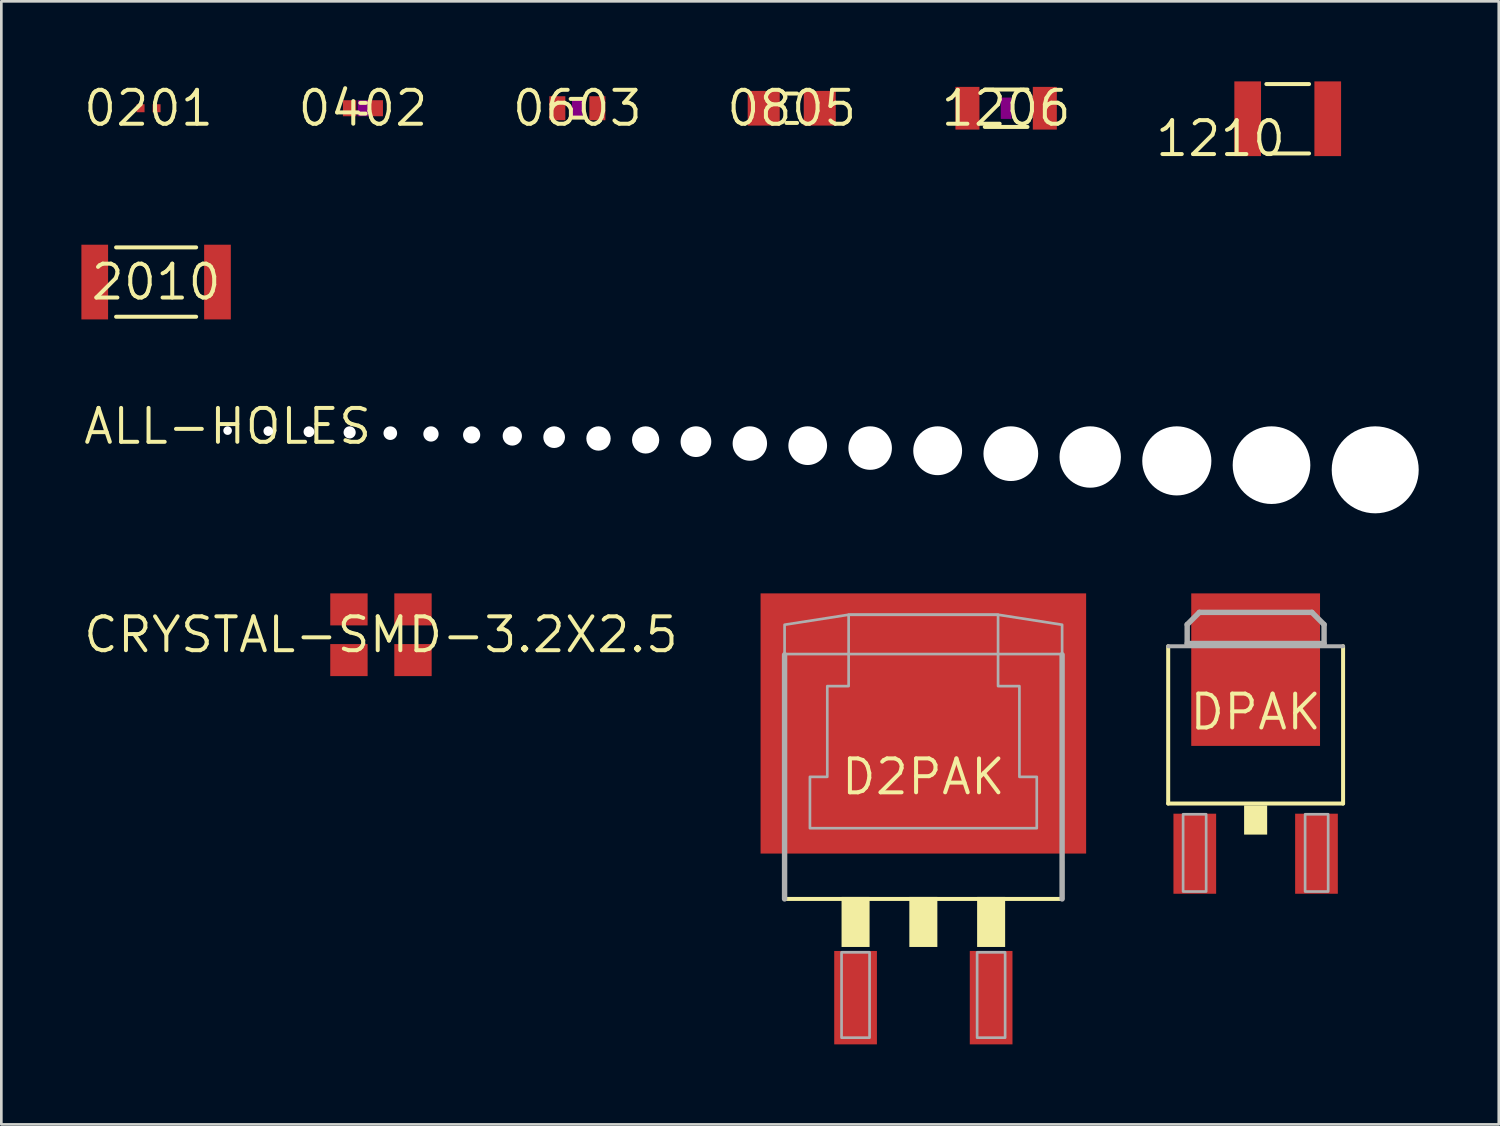
<source format=kicad_pcb>
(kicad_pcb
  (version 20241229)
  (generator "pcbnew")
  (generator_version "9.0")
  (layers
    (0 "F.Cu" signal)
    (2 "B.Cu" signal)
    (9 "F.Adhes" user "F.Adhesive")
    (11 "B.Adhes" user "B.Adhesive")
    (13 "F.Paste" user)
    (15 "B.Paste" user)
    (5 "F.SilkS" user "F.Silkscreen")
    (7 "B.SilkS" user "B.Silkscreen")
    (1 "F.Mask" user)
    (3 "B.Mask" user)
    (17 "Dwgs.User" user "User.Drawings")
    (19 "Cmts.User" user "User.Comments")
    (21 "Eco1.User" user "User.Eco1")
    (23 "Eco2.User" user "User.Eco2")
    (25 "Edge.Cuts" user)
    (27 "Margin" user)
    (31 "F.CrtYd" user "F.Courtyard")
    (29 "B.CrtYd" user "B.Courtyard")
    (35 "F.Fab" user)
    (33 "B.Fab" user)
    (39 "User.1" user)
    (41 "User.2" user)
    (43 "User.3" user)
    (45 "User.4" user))
  (footprint "ALL-HOLES"
    (layer "F.Cu")
    (at 5.48 12.926)
    (property "Reference" "ALL-HOLES" (at 0 0 0) (layer "F.SilkS") (effects (font (size 1.27 1.27) (thickness 0.15))))
    (attr through_hole)
    (pad "" np_thru_hole circle (at 0 0.161) (size 0.321 0.321) (drill 0.321) (layers "*.Cu" "*.Mask"))
    (pad "" np_thru_hole circle (at 1.524 0.18) (size 0.361 0.361) (drill 0.361) (layers "*.Cu" "*.Mask"))
    (pad "" np_thru_hole circle (at 3.048 0.203) (size 0.405 0.405) (drill 0.405) (layers "*.Cu" "*.Mask"))
    (pad "" np_thru_hole circle (at 4.572 0.228) (size 0.455 0.455) (drill 0.455) (layers "*.Cu" "*.Mask"))
    (pad "" np_thru_hole circle (at 6.096 0.256) (size 0.511 0.511) (drill 0.511) (layers "*.Cu" "*.Mask"))
    (pad "" np_thru_hole circle (at 7.62 0.286) (size 0.573 0.573) (drill 0.573) (layers "*.Cu" "*.Mask"))
    (pad "" np_thru_hole circle (at 9.144 0.322) (size 0.644 0.644) (drill 0.644) (layers "*.Cu" "*.Mask"))
    (pad "" np_thru_hole circle (at 10.668 0.361) (size 0.723 0.723) (drill 0.723) (layers "*.Cu" "*.Mask"))
    (pad "" np_thru_hole circle (at 12.236 0.406) (size 0.812 0.812) (drill 0.812) (layers "*.Cu" "*.Mask"))
    (pad "" np_thru_hole circle (at 13.898 0.456) (size 0.912 0.912) (drill 0.912) (layers "*.Cu" "*.Mask"))
    (pad "" np_thru_hole circle (at 15.664 0.51) (size 1.02 1.02) (drill 1.02) (layers "*.Cu" "*.Mask"))
    (pad "" np_thru_hole circle (at 17.549 0.575) (size 1.15 1.15) (drill 1.15) (layers "*.Cu" "*.Mask"))
    (pad "" np_thru_hole circle (at 19.569 0.645) (size 1.29 1.29) (drill 1.29) (layers "*.Cu" "*.Mask"))
    (pad "" np_thru_hole circle (at 21.738 0.725) (size 1.45 1.45) (drill 1.45) (layers "*.Cu" "*.Mask"))
    (pad "" np_thru_hole circle (at 24.078 0.815) (size 1.63 1.63) (drill 1.63) (layers "*.Cu" "*.Mask"))
    (pad "" np_thru_hole circle (at 26.608 0.915) (size 1.83 1.83) (drill 1.83) (layers "*.Cu" "*.Mask"))
    (pad "" np_thru_hole circle (at 29.349 1.025) (size 2.05 2.05) (drill 2.05) (layers "*.Cu" "*.Mask"))
    (pad "" np_thru_hole circle (at 32.324 1.15) (size 2.3 2.3) (drill 2.3) (layers "*.Cu" "*.Mask"))
    (pad "" np_thru_hole circle (at 35.569 1.295) (size 2.59 2.59) (drill 2.59) (layers "*.Cu" "*.Mask"))
    (pad "" np_thru_hole circle (at 39.118 1.455) (size 2.91 2.91) (drill 2.91) (layers "*.Cu" "*.Mask"))
    (pad "" np_thru_hole circle (at 43.004 1.63) (size 3.26 3.26) (drill 3.26) (layers "*.Cu" "*.Mask")))
  (footprint "DPAK"
    (layer "F.Cu")
    (at 44.003 23.632)
    (property "Reference" "DPAK" (at 0 0 0) (layer "F.SilkS") (effects (font (size 1.27 1.27) (thickness 0.15))))
    (attr through_hole)
    (fp_line (start -3.277 3.429) (end -3.277 -2.465) (stroke (width 0.15) (type solid)) (layer "F.SilkS"))
    (fp_line (start 3.277 -2.465) (end 3.277 3.429) (stroke (width 0.15) (type solid)) (layer "F.SilkS"))
    (fp_line (start 3.277 3.429) (end -3.277 3.429) (stroke (width 0.15) (type solid)) (layer "F.SilkS"))
    (fp_poly (pts (xy -0.432 4.593) (xy 0.432 4.593) (xy 0.432 3.5) (xy -0.432 3.5)) (stroke (width 0) (type solid)) (fill yes) (layer "F.SilkS"))
    (fp_line (start -3.277 -2.465) (end 3.277 -2.465) (stroke (width 0.15) (type solid)) (layer "F.Fab"))
    (fp_line (start -2.565 -3.278) (end -2.108 -3.735) (stroke (width 0.203) (type solid)) (layer "F.Fab"))
    (fp_line (start -2.565 -2.567) (end -2.565 -3.278) (stroke (width 0.203) (type solid)) (layer "F.Fab"))
    (fp_line (start -2.108 -3.735) (end 2.108 -3.735) (stroke (width 0.203) (type solid)) (layer "F.Fab"))
    (fp_line (start 2.108 -3.735) (end 2.565 -3.278) (stroke (width 0.203) (type solid)) (layer "F.Fab"))
    (fp_line (start 2.565 -3.278) (end 2.565 -2.567) (stroke (width 0.203) (type solid)) (layer "F.Fab"))
    (fp_line (start 2.565 -2.567) (end -2.565 -2.567) (stroke (width 0.203) (type solid)) (layer "F.Fab"))
    (fp_poly (pts (xy -2.718 6.726) (xy -1.854 6.726) (xy -1.854 3.831) (xy -2.718 3.831)) (stroke (width 0.1) (type solid)) (fill no) (layer "F.Fab"))
    (fp_poly (pts (xy 1.854 6.726) (xy 2.718 6.726) (xy 2.718 3.831) (xy 1.854 3.831)) (stroke (width 0.1) (type solid)) (fill no) (layer "F.Fab"))
    (fp_poly (pts (xy -2.565 -2.567) (xy -2.565 -3.278) (xy -2.108 -3.735) (xy 2.108 -3.735) (xy 2.565 -3.278) (xy 2.565 -2.567)) (stroke (width 0.1) (type solid)) (fill no) (layer "F.Fab"))
    (pad "1" smd rect (at -2.28 5.31) (size 1.6 3) (layers "F.Cu" "F.Mask" "F.Paste"))
    (pad "3" smd rect (at 2.28 5.31) (size 1.6 3) (layers "F.Cu" "F.Mask" "F.Paste"))
    (pad "4" smd rect (at 0 -1.588) (size 4.826 5.715) (layers "F.Cu" "F.Mask" "F.Paste")))
  (footprint "0201"
    (layer "F.Cu")
    (at 2.517 1.006)
    (property "Reference" "0201" (at 0 0 0) (layer "F.SilkS") (effects (font (size 1.27 1.27) (thickness 0.15))))
    (attr through_hole)
    (pad "P$1" smd rect (at -0.3 0) (size 0.3 0.3) (layers "F.Cu" "F.Mask" "F.Paste"))
    (pad "P$2" smd rect (at 0.3 0) (size 0.3 0.3) (layers "F.Cu" "F.Mask" "F.Paste")))
  (footprint "1206"
    (layer "F.Cu")
    (at 34.653 1.006)
    (property "Reference" "1206" (at 0 0 0) (layer "F.SilkS") (effects (font (size 1.27 1.27) (thickness 0.15))))
    (attr through_hole)
    (fp_line (start -0.8 -0.7) (end 0.8 -0.7) (stroke (width 0.15) (type solid)) (layer "F.SilkS"))
    (fp_line (start -0.8 0.7) (end 0.8 0.7) (stroke (width 0.15) (type solid)) (layer "F.SilkS"))
    (fp_poly (pts (xy -0.2 0.4) (xy 0.2 0.4) (xy 0.2 -0.4) (xy -0.2 -0.4)) (stroke (width 0) (type solid)) (fill yes) (layer "F.Adhes"))
    (pad "1" smd rect (at -1.45 0) (size 0.9 1.6) (layers "F.Cu" "F.Mask" "F.Paste"))
    (pad "2" smd rect (at 1.45 0) (size 0.9 1.6) (layers "F.Cu" "F.Mask" "F.Paste")))
  (footprint "0603"
    (layer "F.Cu")
    (at 18.585 1.006)
    (property "Reference" "0603" (at 0 0 0) (layer "F.SilkS") (effects (font (size 1.27 1.27) (thickness 0.15))))
    (attr through_hole)
    (fp_line (start -0.25 -0.35) (end 0.25 -0.35) (stroke (width 0.15) (type solid)) (layer "F.SilkS"))
    (fp_line (start -0.25 0.35) (end 0.25 0.35) (stroke (width 0.15) (type solid)) (layer "F.SilkS"))
    (fp_poly (pts (xy -0.2 0.3) (xy 0.2 0.3) (xy 0.2 -0.3) (xy -0.2 -0.3)) (stroke (width 0) (type solid)) (fill yes) (layer "F.Adhes"))
    (pad "1" smd rect (at -0.75 0) (size 0.6 0.9) (layers "F.Cu" "F.Mask" "F.Paste"))
    (pad "2" smd rect (at 0.75 0) (size 0.6 0.9) (layers "F.Cu" "F.Mask" "F.Paste")))
  (footprint "0402"
    (layer "F.Cu")
    (at 10.551 1.006)
    (property "Reference" "0402" (at 0 0 0) (layer "F.SilkS") (effects (font (size 1.27 1.27) (thickness 0.15))))
    (attr through_hole)
    (fp_line (start -0.1 -0.2) (end 0.1 -0.2) (stroke (width 0.15) (type solid)) (layer "F.SilkS"))
    (fp_line (start -0.1 0.2) (end 0.1 0.2) (stroke (width 0.15) (type solid)) (layer "F.SilkS"))
    (fp_poly (pts (xy -0.2 0.3) (xy 0.2 0.3) (xy 0.2 -0.3) (xy -0.2 -0.3)) (stroke (width 0) (type solid)) (fill yes) (layer "F.Adhes"))
    (pad "1" smd rect (at -0.5 0) (size 0.5 0.6) (layers "F.Cu" "F.Mask" "F.Paste"))
    (pad "2" smd rect (at 0.5 0) (size 0.5 0.6) (layers "F.Cu" "F.Mask" "F.Paste")))
  (footprint "2010"
    (layer "F.Cu")
    (at 2.8 7.52)
    (property "Reference" "2010" (at 0 0 0) (layer "F.SilkS") (effects (font (size 1.27 1.27) (thickness 0.15))))
    (attr through_hole)
    (fp_line (start -1.5 -1.3) (end 1.5 -1.3) (stroke (width 0.15) (type solid)) (layer "F.SilkS"))
    (fp_line (start -1.5 1.3) (end 1.5 1.3) (stroke (width 0.15) (type solid)) (layer "F.SilkS"))
    (pad "P$1" smd rect (at -2.3 0 90) (size 2.8 1) (layers "F.Cu" "F.Mask" "F.Paste"))
    (pad "P$2" smd rect (at 2.3 0 90) (size 2.8 1) (layers "F.Cu" "F.Mask" "F.Paste")))
  (footprint "CRYSTAL-SMD-3.2X2.5"
    (layer "F.Cu")
    (at 11.226 20.736)
    (property "Reference" "CRYSTAL-SMD-3.2X2.5" (at 0 0 0) (layer "F.SilkS") (effects (font (size 1.27 1.27) (thickness 0.15))))
    (attr through_hole)
    (pad "1" smd rect (at -1.2 0.95) (size 1.4 1.2) (layers "F.Cu" "F.Mask" "F.Paste"))
    (pad "2" smd rect (at 1.2 0.95) (size 1.4 1.2) (layers "F.Cu" "F.Mask" "F.Paste"))
    (pad "3" smd rect (at 1.2 -0.95) (size 1.4 1.2) (layers "F.Cu" "F.Mask" "F.Paste"))
    (pad "4" smd rect (at -1.2 -0.95) (size 1.4 1.2) (layers "F.Cu" "F.Mask" "F.Paste")))
  (footprint "1210"
    (layer "F.Cu")
    (at 45.205 1.4)
    (property "Reference" "1210" (at 0 0 0) (layer "F.SilkS") (effects (font (size 1.27 1.27) (thickness 0.15)) (justify right top)))
    (attr through_hole)
    (fp_line (start -0.8 -1.3) (end 0.8 -1.3) (stroke (width 0.15) (type solid)) (layer "F.SilkS"))
    (fp_line (start -0.8 1.3) (end 0.8 1.3) (stroke (width 0.15) (type solid)) (layer "F.SilkS"))
    (pad "1" smd rect (at -1.5 0) (size 1 2.8) (layers "F.Cu" "F.Mask" "F.Paste"))
    (pad "2" smd rect (at 1.5 0) (size 1 2.8) (layers "F.Cu" "F.Mask" "F.Paste")))
  (footprint "D2PAK"
    (layer "F.Cu")
    (at 31.551 26.061)
    (property "Reference" "D2PAK" (at 0 0 0) (layer "F.SilkS") (effects (font (size 1.27 1.27) (thickness 0.15))))
    (attr through_hole)
    (fp_line (start -5.2 4.575) (end -5.2 3.175) (stroke (width 0.15) (type solid)) (layer "F.SilkS"))
    (fp_line (start 5.2 4.575) (end -5.2 4.575) (stroke (width 0.15) (type solid)) (layer "F.SilkS"))
    (fp_line (start 5.2 4.575) (end 5.2 3.175) (stroke (width 0.15) (type solid)) (layer "F.SilkS"))
    (fp_poly (pts (xy -3.065 6.375) (xy -2.015 6.375) (xy -2.015 4.5) (xy -3.065 4.5)) (stroke (width 0) (type solid)) (fill yes) (layer "F.SilkS"))
    (fp_poly (pts (xy -0.525 6.375) (xy 0.525 6.375) (xy 0.525 4.5) (xy -0.525 4.5)) (stroke (width 0) (type solid)) (fill yes) (layer "F.SilkS"))
    (fp_poly (pts (xy 2.015 6.375) (xy 3.065 6.375) (xy 3.065 4.5) (xy 2.015 4.5)) (stroke (width 0) (type solid)) (fill yes) (layer "F.SilkS"))
    (fp_line (start -5.2 4.575) (end -5.2 -4.575) (stroke (width 0.203) (type solid)) (layer "F.Fab"))
    (fp_line (start 5.2 -4.575) (end 5.2 4.575) (stroke (width 0.203) (type solid)) (layer "F.Fab"))
    (fp_poly (pts (xy -3.065 9.775) (xy -2.015 9.775) (xy -2.015 6.575) (xy -3.065 6.575)) (stroke (width 0.1) (type solid)) (fill no) (layer "F.Fab"))
    (fp_poly (pts (xy 2.015 9.775) (xy 3.065 9.775) (xy 3.065 6.575) (xy 2.015 6.575)) (stroke (width 0.1) (type solid)) (fill no) (layer "F.Fab"))
    (fp_poly (pts (xy -5.2 -4.6) (xy -5.2 -5.7) (xy -2.8 -6.075) (xy 2.8 -6.075) (xy 5.2 -5.7) (xy 5.2 -4.6)) (stroke (width 0.1) (type solid)) (fill no) (layer "F.Fab"))
    (fp_poly (pts (xy -4.25 1.925) (xy -4.25 0) (xy -3.6 0) (xy -3.6 -3.4) (xy -2.8 -3.4) (xy -2.8 -6.075) (xy 2.8 -6.075) (xy 2.8 -3.4) (xy 3.6 -3.4) (xy 3.6 0) (xy 4.25 0) (xy 4.25 1.925)) (stroke (width 0.1) (type solid)) (fill no) (layer "F.Fab"))
    (pad "1" smd rect (at -2.54 8.275) (size 1.6 3.5) (layers "F.Cu" "F.Mask" "F.Paste"))
    (pad "3" smd rect (at 2.54 8.275) (size 1.6 3.5) (layers "F.Cu" "F.Mask" "F.Paste"))
    (pad "TAB" smd rect (at 0 -2) (size 12.2 9.75) (layers "F.Cu" "F.Mask" "F.Paste")))
  (footprint "0805"
    (layer "F.Cu")
    (at 26.619 1.006)
    (property "Reference" "0805" (at 0 0 0) (layer "F.SilkS") (effects (font (size 1.27 1.27) (thickness 0.15))))
    (attr through_hole)
    (fp_line (start -0.2 -0.55) (end 0.2 -0.55) (stroke (width 0.15) (type solid)) (layer "F.SilkS"))
    (fp_line (start -0.2 0.55) (end 0.2 0.55) (stroke (width 0.15) (type solid)) (layer "F.SilkS"))
    (pad "1" smd rect (at -1.05 0) (size 1.2 1.3) (layers "F.Cu" "F.Mask" "F.Paste"))
    (pad "2" smd rect (at 1.05 0) (size 1.2 1.3) (layers "F.Cu" "F.Mask" "F.Paste")))
  (gr_rect
    (start -3 -3)
    (end 53.114 39.086)
    (stroke (width 0.1) (type default))
    (fill no)
    (layer "Edge.Cuts")))
</source>
